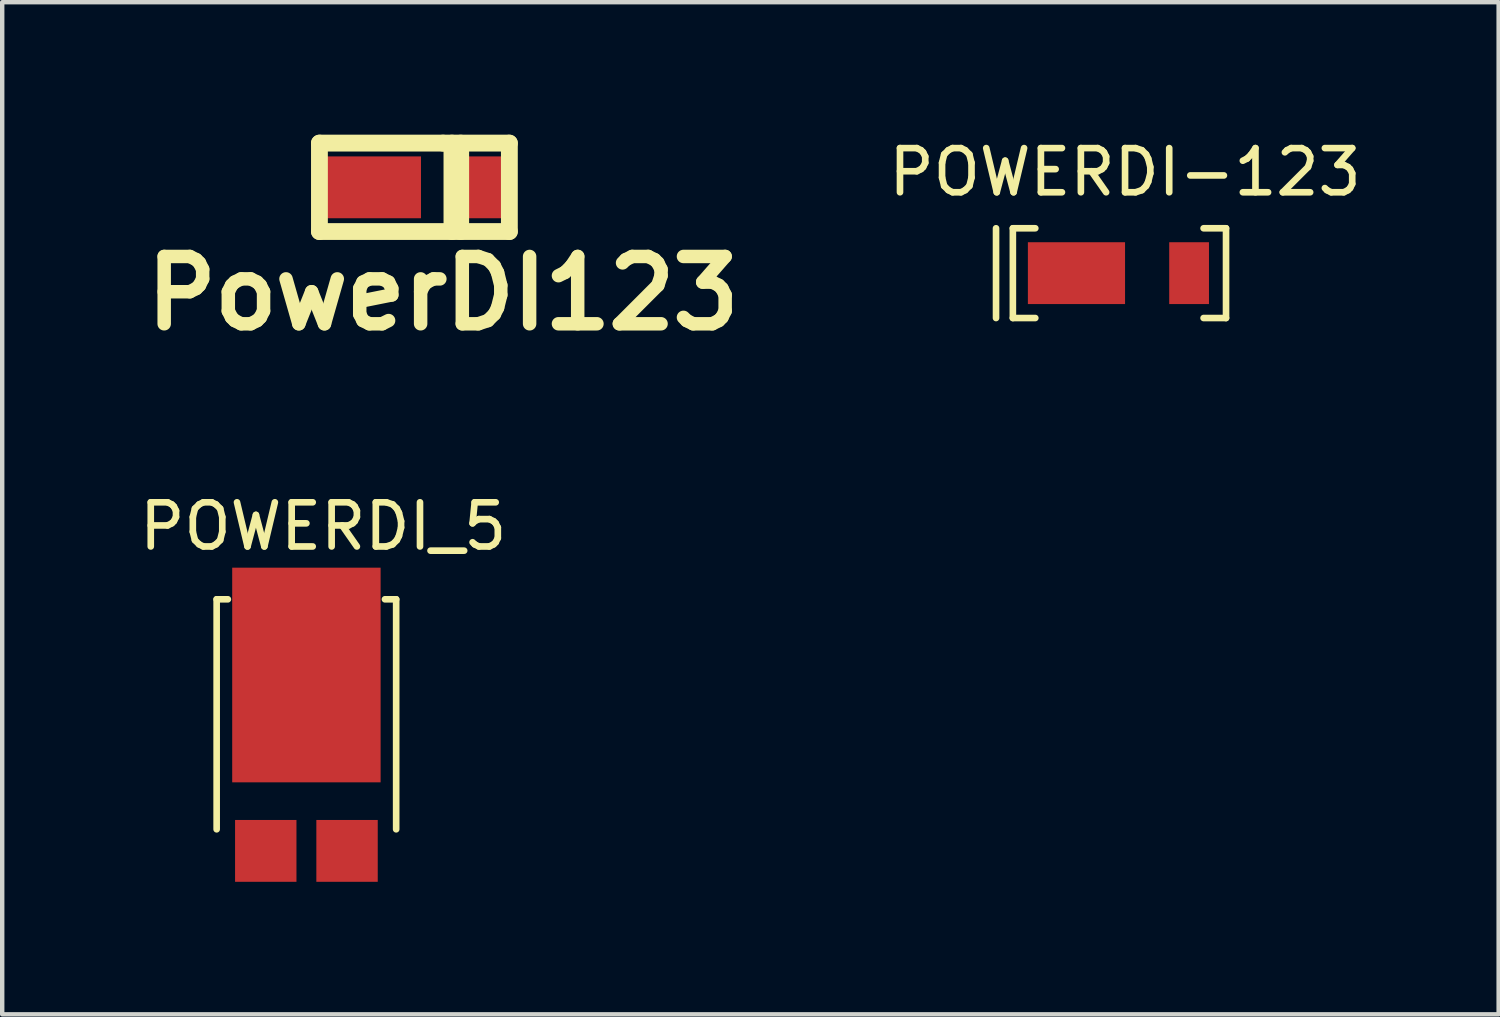
<source format=kicad_pcb>
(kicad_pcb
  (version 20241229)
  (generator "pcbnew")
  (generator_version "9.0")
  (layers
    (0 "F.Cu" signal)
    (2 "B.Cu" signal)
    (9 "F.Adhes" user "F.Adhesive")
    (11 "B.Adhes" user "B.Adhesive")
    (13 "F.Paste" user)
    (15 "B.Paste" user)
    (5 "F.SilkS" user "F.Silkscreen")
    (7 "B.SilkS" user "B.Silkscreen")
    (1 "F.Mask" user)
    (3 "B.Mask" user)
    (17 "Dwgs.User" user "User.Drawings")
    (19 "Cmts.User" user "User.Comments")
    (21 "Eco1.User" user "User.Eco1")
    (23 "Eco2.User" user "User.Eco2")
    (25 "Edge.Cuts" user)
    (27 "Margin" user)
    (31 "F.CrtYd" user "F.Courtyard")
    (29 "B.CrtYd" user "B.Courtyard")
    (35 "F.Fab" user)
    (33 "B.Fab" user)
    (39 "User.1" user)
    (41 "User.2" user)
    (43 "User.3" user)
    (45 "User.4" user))
  (footprint "POWERDI_5"
    (layer "F.Cu")
    (at 3.887 12.232)
    (property "Reference" "POWERDI_5" (at 0.381 -3.365 0) (layer "F.SilkS") (effects (font (size 1 1) (thickness 0.15))))
    (attr through_hole)
    (fp_line (start -2.032 -1.714) (end -2.032 3.493) (stroke (width 0.15) (type solid)) (layer "F.SilkS"))
    (fp_line (start -2.032 -1.714) (end -1.778 -1.714) (stroke (width 0.15) (type solid)) (layer "F.SilkS"))
    (fp_line (start 2.032 -1.714) (end 1.778 -1.714) (stroke (width 0.15) (type solid)) (layer "F.SilkS"))
    (fp_line (start 2.032 -1.714) (end 2.032 3.493) (stroke (width 0.15) (type solid)) (layer "F.SilkS"))
    (pad "1" smd rect (at -0.92 3.982) (size 1.39 1.4) (layers "F.Cu" "F.Mask" "F.Paste"))
    (pad "2" smd rect (at 0 0) (size 3.36 4.86) (layers "F.Cu" "F.Mask" "F.Paste"))
    (pad "3" smd rect (at 0.92 3.982) (size 1.39 1.4) (layers "F.Cu" "F.Mask" "F.Paste")))
  (footprint "PowerDI123"
    (layer "F.Cu")
    (at 6.981 1.191)
    (property "Reference" "PowerDI123" (at 0 2.4 0) (layer "F.SilkS") (effects (font (size 1.524 1.524) (thickness 0.305))))
    (attr through_hole)
    (fp_line (start -2.799 -1.001) (end 0 -1.001) (stroke (width 0.381) (type solid)) (layer "F.SilkS"))
    (fp_line (start -2.799 1.001) (end -2.799 -1.001) (stroke (width 0.381) (type solid)) (layer "F.SilkS"))
    (fp_line (start 0 -1.001) (end 1.501 -1.001) (stroke (width 0.381) (type solid)) (layer "F.SilkS"))
    (fp_line (start 0.201 1.001) (end 0.201 -1.001) (stroke (width 0.381) (type solid)) (layer "F.SilkS"))
    (fp_line (start 0.399 -1.001) (end 0.399 1.001) (stroke (width 0.381) (type solid)) (layer "F.SilkS"))
    (fp_line (start 1.501 -1.001) (end 1.501 1.001) (stroke (width 0.381) (type solid)) (layer "F.SilkS"))
    (fp_line (start 1.501 1.001) (end -2.799 1.001) (stroke (width 0.381) (type solid)) (layer "F.SilkS"))
    (pad "1" smd rect (at -1.6 0) (size 2.2 1.4) (layers "F.Cu" "F.Mask" "F.Paste"))
    (pad "2" smd rect (at 0.95 0) (size 0.899 1.4) (layers "F.Cu" "F.Mask" "F.Paste")))
  (footprint "POWERDI-123"
    (layer "F.Cu")
    (at 22.421 3.134)
    (property "Reference" "POWERDI-123" (at 0 -2.286 0) (layer "F.SilkS") (effects (font (size 1 1) (thickness 0.15))))
    (attr through_hole)
    (fp_line (start -2.921 -1.016) (end -2.921 1.016) (stroke (width 0.15) (type solid)) (layer "F.SilkS"))
    (fp_line (start -2.54 -1.016) (end -2.54 1.016) (stroke (width 0.15) (type solid)) (layer "F.SilkS"))
    (fp_line (start -2.54 1.016) (end -2.032 1.016) (stroke (width 0.15) (type solid)) (layer "F.SilkS"))
    (fp_line (start -2.032 -1.016) (end -2.54 -1.016) (stroke (width 0.15) (type solid)) (layer "F.SilkS"))
    (fp_line (start 2.286 -1.016) (end 1.778 -1.016) (stroke (width 0.15) (type solid)) (layer "F.SilkS"))
    (fp_line (start 2.286 -1.016) (end 2.286 1.016) (stroke (width 0.15) (type solid)) (layer "F.SilkS"))
    (fp_line (start 2.286 1.016) (end 1.778 1.016) (stroke (width 0.15) (type solid)) (layer "F.SilkS"))
    (pad "1" smd rect (at -1.1 0) (size 2.2 1.4) (layers "F.Cu" "F.Mask" "F.Paste"))
    (pad "2" smd rect (at 1.45 0) (size 0.9 1.4) (layers "F.Cu" "F.Mask" "F.Paste")))
  (gr_rect
    (start -3 -3)
    (end 30.879 19.914)
    (stroke (width 0.1) (type default))
    (fill no)
    (layer "Edge.Cuts")))
</source>
